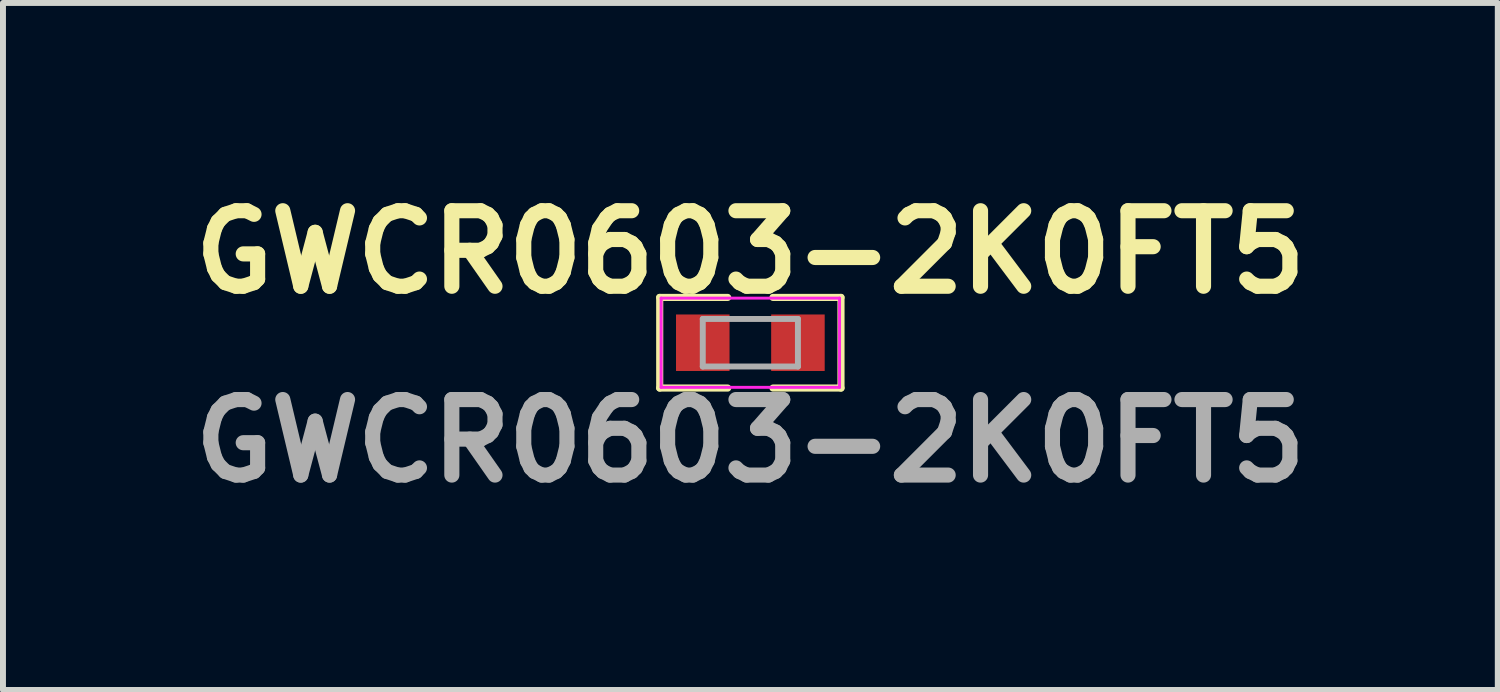
<source format=kicad_pcb>
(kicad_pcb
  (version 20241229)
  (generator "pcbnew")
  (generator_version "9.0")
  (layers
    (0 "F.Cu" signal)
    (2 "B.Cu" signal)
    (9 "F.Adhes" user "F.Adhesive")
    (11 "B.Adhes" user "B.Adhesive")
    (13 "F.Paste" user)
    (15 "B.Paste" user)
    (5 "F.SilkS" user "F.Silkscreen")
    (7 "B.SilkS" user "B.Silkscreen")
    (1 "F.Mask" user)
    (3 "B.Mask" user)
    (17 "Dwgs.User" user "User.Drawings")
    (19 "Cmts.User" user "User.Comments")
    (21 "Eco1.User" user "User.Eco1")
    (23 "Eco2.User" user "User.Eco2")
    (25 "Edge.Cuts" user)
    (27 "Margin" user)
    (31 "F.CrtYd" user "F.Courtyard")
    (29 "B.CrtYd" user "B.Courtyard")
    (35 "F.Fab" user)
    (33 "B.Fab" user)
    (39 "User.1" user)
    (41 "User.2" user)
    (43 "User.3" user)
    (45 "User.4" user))
  (footprint "GWCR0603-2K0FT5"
    (layer "F.Cu")
    (at 9.567 2.713)
    (property "Reference" "GWCR0603-2K0FT5" (at 0 -1.524 0) (layer "F.SilkS") (effects (font (size 1.27 1.27) (thickness 0.254))))
    (attr smd)
    (fp_line (start -1.524 -0.762) (end -1.524 0.762) (stroke (width 0.12) (type solid)) (layer "F.SilkS"))
    (fp_line (start -1.524 0.762) (end -0.381 0.762) (stroke (width 0.12) (type solid)) (layer "F.SilkS"))
    (fp_line (start -0.381 -0.762) (end -1.524 -0.762) (stroke (width 0.12) (type solid)) (layer "F.SilkS"))
    (fp_line (start 0.381 -0.762) (end 1.524 -0.762) (stroke (width 0.12) (type solid)) (layer "F.SilkS"))
    (fp_line (start 1.524 -0.762) (end 1.524 0.762) (stroke (width 0.12) (type solid)) (layer "F.SilkS"))
    (fp_line (start 1.524 0.762) (end 0.381 0.762) (stroke (width 0.12) (type solid)) (layer "F.SilkS"))
    (fp_line (start -1.5 -0.75) (end 1.5 -0.75) (stroke (width 0.05) (type solid)) (layer "F.CrtYd"))
    (fp_line (start -1.5 0.75) (end -1.5 -0.75) (stroke (width 0.05) (type solid)) (layer "F.CrtYd"))
    (fp_line (start 1.5 -0.75) (end 1.5 0.75) (stroke (width 0.05) (type solid)) (layer "F.CrtYd"))
    (fp_line (start 1.5 0.75) (end -1.5 0.75) (stroke (width 0.05) (type solid)) (layer "F.CrtYd"))
    (fp_line (start -0.8 -0.4) (end 0.8 -0.4) (stroke (width 0.1) (type solid)) (layer "F.Fab"))
    (fp_line (start -0.8 0.4) (end -0.8 -0.4) (stroke (width 0.1) (type solid)) (layer "F.Fab"))
    (fp_line (start 0.8 -0.4) (end 0.8 0.4) (stroke (width 0.1) (type solid)) (layer "F.Fab"))
    (fp_line (start 0.8 0.4) (end -0.8 0.4) (stroke (width 0.1) (type solid)) (layer "F.Fab"))
    (fp_text user "${REFERENCE}" (at 0 1.651 0) (layer "F.Fab") (effects (font (size 1.27 1.27) (thickness 0.254))))
    (pad "1" smd rect (at -0.8 0) (size 0.9 0.95) (layers "F.Cu" "F.Mask" "F.Paste"))
    (pad "2" smd rect (at 0.8 0) (size 0.9 0.95) (layers "F.Cu" "F.Mask" "F.Paste")))
  (gr_rect
    (start -3 -3)
    (end 22.135 8.552)
    (stroke (width 0.1) (type default))
    (fill no)
    (layer "Edge.Cuts")))
</source>
